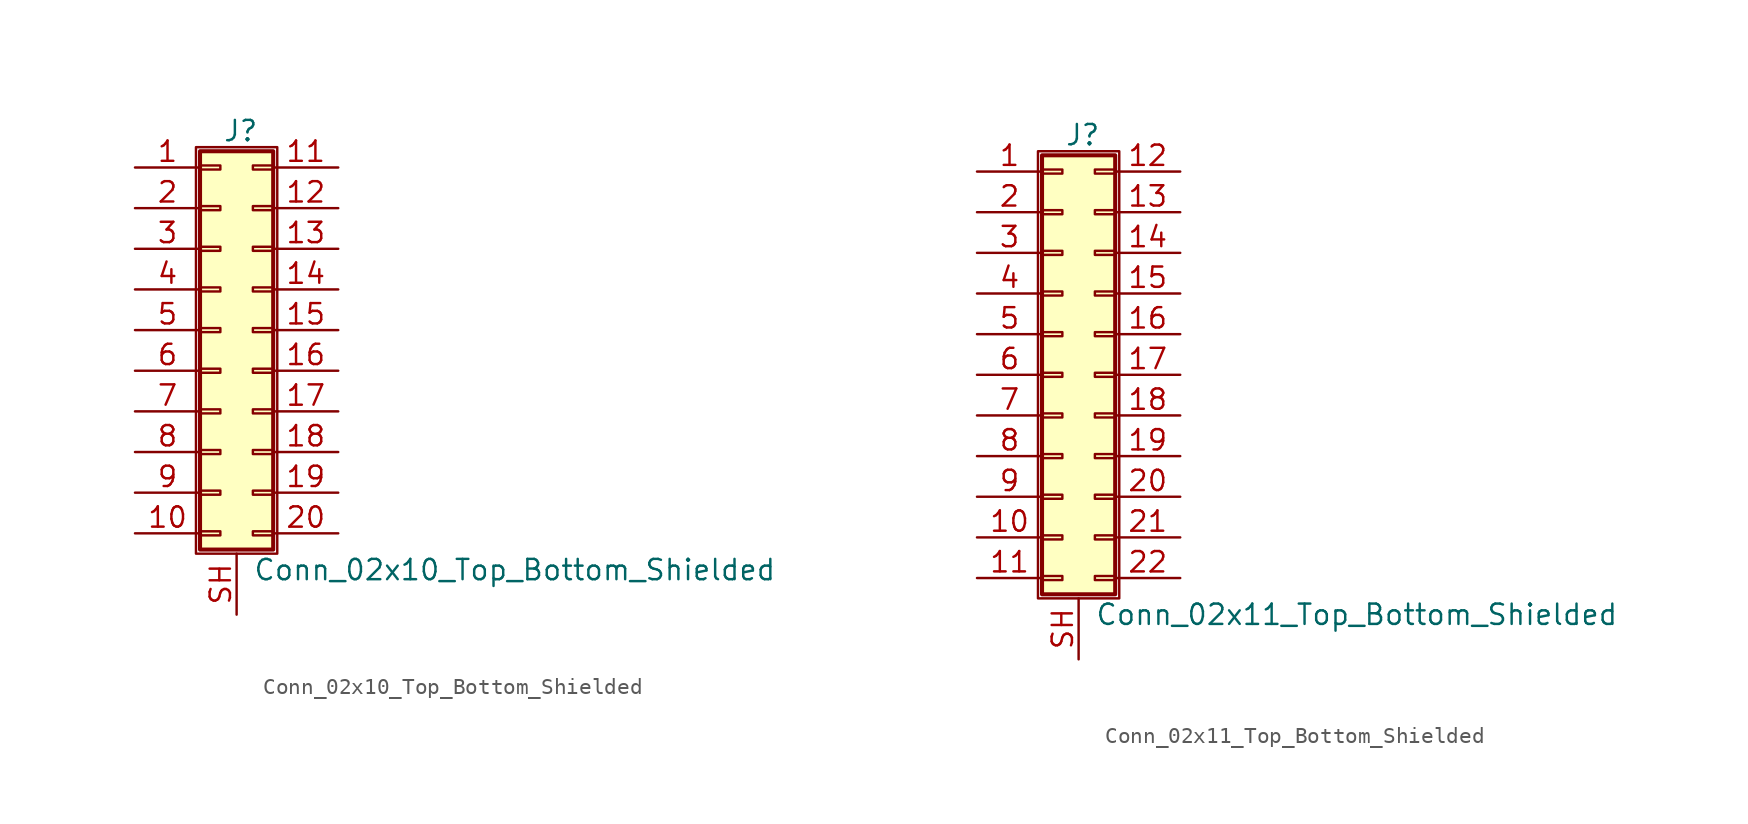
<source format=kicad_sym>
(kicad_symbol_lib
  (version 20201005)
  (generator kicad_symbol_editor)
  (symbol "Conn_02x10_Top_Bottom_Shielded"
    (pin_names
      (offset 1.016) hide)
    (property "Reference" "J"
      (at 1.524 12.446 0)
      (effects (font (size 1.27 1.27))))
    (property "Value" "Conn_02x10_Top_Bottom_Shielded"
      (at 2.286 -14.986 0)
      (effects (font (size 1.27 1.27)) (justify left)))
    (symbol "Conn_02x10_Top_Bottom_Shielded_1_1"
      (rectangle (start -1.27 11.43) (end 3.81 -13.97) (stroke (width 0.152)) (fill (type none)))
      (rectangle (start -1.016 -12.573) (end 0.254 -12.827) (stroke (width 0.152)) (fill (type none)))
      (rectangle (start -1.016 -10.033) (end 0.254 -10.287) (stroke (width 0.152)) (fill (type none)))
      (rectangle (start -1.016 -7.493) (end 0.254 -7.747) (stroke (width 0.152)) (fill (type none)))
      (rectangle (start -1.016 -4.953) (end 0.254 -5.207) (stroke (width 0.152)) (fill (type none)))
      (rectangle (start -1.016 -2.413) (end 0.254 -2.667) (stroke (width 0.152)) (fill (type none)))
      (rectangle (start -1.016 0.127) (end 0.254 -0.127) (stroke (width 0.152)) (fill (type none)))
      (rectangle (start -1.016 2.667) (end 0.254 2.413) (stroke (width 0.152)) (fill (type none)))
      (rectangle (start -1.016 5.207) (end 0.254 4.953) (stroke (width 0.152)) (fill (type none)))
      (rectangle (start -1.016 7.747) (end 0.254 7.493) (stroke (width 0.152)) (fill (type none)))
      (rectangle (start -1.016 10.287) (end 0.254 10.033) (stroke (width 0.152)) (fill (type none)))
      (rectangle (start 3.556 -12.573) (end 2.286 -12.827) (stroke (width 0.152)) (fill (type none)))
      (rectangle (start 3.556 -10.033) (end 2.286 -10.287) (stroke (width 0.152)) (fill (type none)))
      (rectangle (start 3.556 -7.493) (end 2.286 -7.747) (stroke (width 0.152)) (fill (type none)))
      (rectangle (start 3.556 -4.953) (end 2.286 -5.207) (stroke (width 0.152)) (fill (type none)))
      (rectangle (start 3.556 -2.413) (end 2.286 -2.667) (stroke (width 0.152)) (fill (type none)))
      (rectangle (start 3.556 0.127) (end 2.286 -0.127) (stroke (width 0.152)) (fill (type none)))
      (rectangle (start 3.556 2.667) (end 2.286 2.413) (stroke (width 0.152)) (fill (type none)))
      (rectangle (start 3.556 5.207) (end 2.286 4.953) (stroke (width 0.152)) (fill (type none)))
      (rectangle (start 3.556 7.747) (end 2.286 7.493) (stroke (width 0.152)) (fill (type none)))
      (rectangle (start 3.556 10.287) (end 2.286 10.033) (stroke (width 0.152)) (fill (type none)))
      (rectangle (start -1.016 11.176) (end 3.556 -13.716) (stroke (width 0.254)) (fill (type background)))
      (pin passive line (at -5.08 10.16 0) (length 4.064) (name "Pin_1" (effects (font (size 1.27 1.27)))) (number "1" (effects (font (size 1.27 1.27)))))
      (pin passive line (at -5.08 -12.7 0) (length 4.064) (name "Pin_10" (effects (font (size 1.27 1.27)))) (number "10" (effects (font (size 1.27 1.27)))))
      (pin passive line (at 7.62 10.16 180) (length 4.064) (name "Pin_11" (effects (font (size 1.27 1.27)))) (number "11" (effects (font (size 1.27 1.27)))))
      (pin passive line (at 7.62 7.62 180) (length 4.064) (name "Pin_12" (effects (font (size 1.27 1.27)))) (number "12" (effects (font (size 1.27 1.27)))))
      (pin passive line (at 7.62 5.08 180) (length 4.064) (name "Pin_13" (effects (font (size 1.27 1.27)))) (number "13" (effects (font (size 1.27 1.27)))))
      (pin passive line (at 7.62 2.54 180) (length 4.064) (name "Pin_14" (effects (font (size 1.27 1.27)))) (number "14" (effects (font (size 1.27 1.27)))))
      (pin passive line (at 7.62 0 180) (length 4.064) (name "Pin_15" (effects (font (size 1.27 1.27)))) (number "15" (effects (font (size 1.27 1.27)))))
      (pin passive line (at 7.62 -2.54 180) (length 4.064) (name "Pin_16" (effects (font (size 1.27 1.27)))) (number "16" (effects (font (size 1.27 1.27)))))
      (pin passive line (at 7.62 -5.08 180) (length 4.064) (name "Pin_17" (effects (font (size 1.27 1.27)))) (number "17" (effects (font (size 1.27 1.27)))))
      (pin passive line (at 7.62 -7.62 180) (length 4.064) (name "Pin_18" (effects (font (size 1.27 1.27)))) (number "18" (effects (font (size 1.27 1.27)))))
      (pin passive line (at 7.62 -10.16 180) (length 4.064) (name "Pin_19" (effects (font (size 1.27 1.27)))) (number "19" (effects (font (size 1.27 1.27)))))
      (pin passive line (at -5.08 7.62 0) (length 4.064) (name "Pin_2" (effects (font (size 1.27 1.27)))) (number "2" (effects (font (size 1.27 1.27)))))
      (pin passive line (at 7.62 -12.7 180) (length 4.064) (name "Pin_20" (effects (font (size 1.27 1.27)))) (number "20" (effects (font (size 1.27 1.27)))))
      (pin passive line (at -5.08 5.08 0) (length 4.064) (name "Pin_3" (effects (font (size 1.27 1.27)))) (number "3" (effects (font (size 1.27 1.27)))))
      (pin passive line (at -5.08 2.54 0) (length 4.064) (name "Pin_4" (effects (font (size 1.27 1.27)))) (number "4" (effects (font (size 1.27 1.27)))))
      (pin passive line (at -5.08 0 0) (length 4.064) (name "Pin_5" (effects (font (size 1.27 1.27)))) (number "5" (effects (font (size 1.27 1.27)))))
      (pin passive line (at -5.08 -2.54 0) (length 4.064) (name "Pin_6" (effects (font (size 1.27 1.27)))) (number "6" (effects (font (size 1.27 1.27)))))
      (pin passive line (at -5.08 -5.08 0) (length 4.064) (name "Pin_7" (effects (font (size 1.27 1.27)))) (number "7" (effects (font (size 1.27 1.27)))))
      (pin passive line (at -5.08 -7.62 0) (length 4.064) (name "Pin_8" (effects (font (size 1.27 1.27)))) (number "8" (effects (font (size 1.27 1.27)))))
      (pin passive line (at -5.08 -10.16 0) (length 4.064) (name "Pin_9" (effects (font (size 1.27 1.27)))) (number "9" (effects (font (size 1.27 1.27)))))
      (pin passive line (at 1.27 -17.78 90) (length 3.81) (name "Shield" (effects (font (size 1.27 1.27)))) (number "SH" (effects (font (size 1.27 1.27)))))))
  (symbol "Conn_02x11_Top_Bottom_Shielded"
    (pin_names
      (offset 1.016) hide)
    (property "Reference" "J"
      (at 1.524 14.986 0)
      (effects (font (size 1.27 1.27))))
    (property "Value" "Conn_02x11_Top_Bottom_Shielded"
      (at 2.286 -14.986 0)
      (effects (font (size 1.27 1.27)) (justify left)))
    (symbol "Conn_02x11_Top_Bottom_Shielded_1_1"
      (rectangle (start -1.27 13.97) (end 3.81 -13.97) (stroke (width 0.152)) (fill (type none)))
      (rectangle (start -1.016 -12.573) (end 0.254 -12.827) (stroke (width 0.152)) (fill (type none)))
      (rectangle (start -1.016 -10.033) (end 0.254 -10.287) (stroke (width 0.152)) (fill (type none)))
      (rectangle (start -1.016 -7.493) (end 0.254 -7.747) (stroke (width 0.152)) (fill (type none)))
      (rectangle (start -1.016 -4.953) (end 0.254 -5.207) (stroke (width 0.152)) (fill (type none)))
      (rectangle (start -1.016 -2.413) (end 0.254 -2.667) (stroke (width 0.152)) (fill (type none)))
      (rectangle (start -1.016 0.127) (end 0.254 -0.127) (stroke (width 0.152)) (fill (type none)))
      (rectangle (start -1.016 2.667) (end 0.254 2.413) (stroke (width 0.152)) (fill (type none)))
      (rectangle (start -1.016 5.207) (end 0.254 4.953) (stroke (width 0.152)) (fill (type none)))
      (rectangle (start -1.016 7.747) (end 0.254 7.493) (stroke (width 0.152)) (fill (type none)))
      (rectangle (start -1.016 10.287) (end 0.254 10.033) (stroke (width 0.152)) (fill (type none)))
      (rectangle (start -1.016 12.827) (end 0.254 12.573) (stroke (width 0.152)) (fill (type none)))
      (rectangle (start 3.556 -12.573) (end 2.286 -12.827) (stroke (width 0.152)) (fill (type none)))
      (rectangle (start 3.556 -10.033) (end 2.286 -10.287) (stroke (width 0.152)) (fill (type none)))
      (rectangle (start 3.556 -7.493) (end 2.286 -7.747) (stroke (width 0.152)) (fill (type none)))
      (rectangle (start 3.556 -4.953) (end 2.286 -5.207) (stroke (width 0.152)) (fill (type none)))
      (rectangle (start 3.556 -2.413) (end 2.286 -2.667) (stroke (width 0.152)) (fill (type none)))
      (rectangle (start 3.556 0.127) (end 2.286 -0.127) (stroke (width 0.152)) (fill (type none)))
      (rectangle (start 3.556 2.667) (end 2.286 2.413) (stroke (width 0.152)) (fill (type none)))
      (rectangle (start 3.556 5.207) (end 2.286 4.953) (stroke (width 0.152)) (fill (type none)))
      (rectangle (start 3.556 7.747) (end 2.286 7.493) (stroke (width 0.152)) (fill (type none)))
      (rectangle (start 3.556 10.287) (end 2.286 10.033) (stroke (width 0.152)) (fill (type none)))
      (rectangle (start 3.556 12.827) (end 2.286 12.573) (stroke (width 0.152)) (fill (type none)))
      (rectangle (start -1.016 13.716) (end 3.556 -13.716) (stroke (width 0.254)) (fill (type background)))
      (pin passive line (at -5.08 12.7 0) (length 4.064) (name "Pin_1" (effects (font (size 1.27 1.27)))) (number "1" (effects (font (size 1.27 1.27)))))
      (pin passive line (at -5.08 -10.16 0) (length 4.064) (name "Pin_10" (effects (font (size 1.27 1.27)))) (number "10" (effects (font (size 1.27 1.27)))))
      (pin passive line (at -5.08 -12.7 0) (length 4.064) (name "Pin_11" (effects (font (size 1.27 1.27)))) (number "11" (effects (font (size 1.27 1.27)))))
      (pin passive line (at 7.62 12.7 180) (length 4.064) (name "Pin_12" (effects (font (size 1.27 1.27)))) (number "12" (effects (font (size 1.27 1.27)))))
      (pin passive line (at 7.62 10.16 180) (length 4.064) (name "Pin_13" (effects (font (size 1.27 1.27)))) (number "13" (effects (font (size 1.27 1.27)))))
      (pin passive line (at 7.62 7.62 180) (length 4.064) (name "Pin_14" (effects (font (size 1.27 1.27)))) (number "14" (effects (font (size 1.27 1.27)))))
      (pin passive line (at 7.62 5.08 180) (length 4.064) (name "Pin_15" (effects (font (size 1.27 1.27)))) (number "15" (effects (font (size 1.27 1.27)))))
      (pin passive line (at 7.62 2.54 180) (length 4.064) (name "Pin_16" (effects (font (size 1.27 1.27)))) (number "16" (effects (font (size 1.27 1.27)))))
      (pin passive line (at 7.62 0 180) (length 4.064) (name "Pin_17" (effects (font (size 1.27 1.27)))) (number "17" (effects (font (size 1.27 1.27)))))
      (pin passive line (at 7.62 -2.54 180) (length 4.064) (name "Pin_18" (effects (font (size 1.27 1.27)))) (number "18" (effects (font (size 1.27 1.27)))))
      (pin passive line (at 7.62 -5.08 180) (length 4.064) (name "Pin_19" (effects (font (size 1.27 1.27)))) (number "19" (effects (font (size 1.27 1.27)))))
      (pin passive line (at -5.08 10.16 0) (length 4.064) (name "Pin_2" (effects (font (size 1.27 1.27)))) (number "2" (effects (font (size 1.27 1.27)))))
      (pin passive line (at 7.62 -7.62 180) (length 4.064) (name "Pin_20" (effects (font (size 1.27 1.27)))) (number "20" (effects (font (size 1.27 1.27)))))
      (pin passive line (at 7.62 -10.16 180) (length 4.064) (name "Pin_21" (effects (font (size 1.27 1.27)))) (number "21" (effects (font (size 1.27 1.27)))))
      (pin passive line (at 7.62 -12.7 180) (length 4.064) (name "Pin_22" (effects (font (size 1.27 1.27)))) (number "22" (effects (font (size 1.27 1.27)))))
      (pin passive line (at -5.08 7.62 0) (length 4.064) (name "Pin_3" (effects (font (size 1.27 1.27)))) (number "3" (effects (font (size 1.27 1.27)))))
      (pin passive line (at -5.08 5.08 0) (length 4.064) (name "Pin_4" (effects (font (size 1.27 1.27)))) (number "4" (effects (font (size 1.27 1.27)))))
      (pin passive line (at -5.08 2.54 0) (length 4.064) (name "Pin_5" (effects (font (size 1.27 1.27)))) (number "5" (effects (font (size 1.27 1.27)))))
      (pin passive line (at -5.08 0 0) (length 4.064) (name "Pin_6" (effects (font (size 1.27 1.27)))) (number "6" (effects (font (size 1.27 1.27)))))
      (pin passive line (at -5.08 -2.54 0) (length 4.064) (name "Pin_7" (effects (font (size 1.27 1.27)))) (number "7" (effects (font (size 1.27 1.27)))))
      (pin passive line (at -5.08 -5.08 0) (length 4.064) (name "Pin_8" (effects (font (size 1.27 1.27)))) (number "8" (effects (font (size 1.27 1.27)))))
      (pin passive line (at -5.08 -7.62 0) (length 4.064) (name "Pin_9" (effects (font (size 1.27 1.27)))) (number "9" (effects (font (size 1.27 1.27)))))
      (pin passive line (at 1.27 -17.78 90) (length 3.81) (name "Shield" (effects (font (size 1.27 1.27)))) (number "SH" (effects (font (size 1.27 1.27))))))))
</source>
